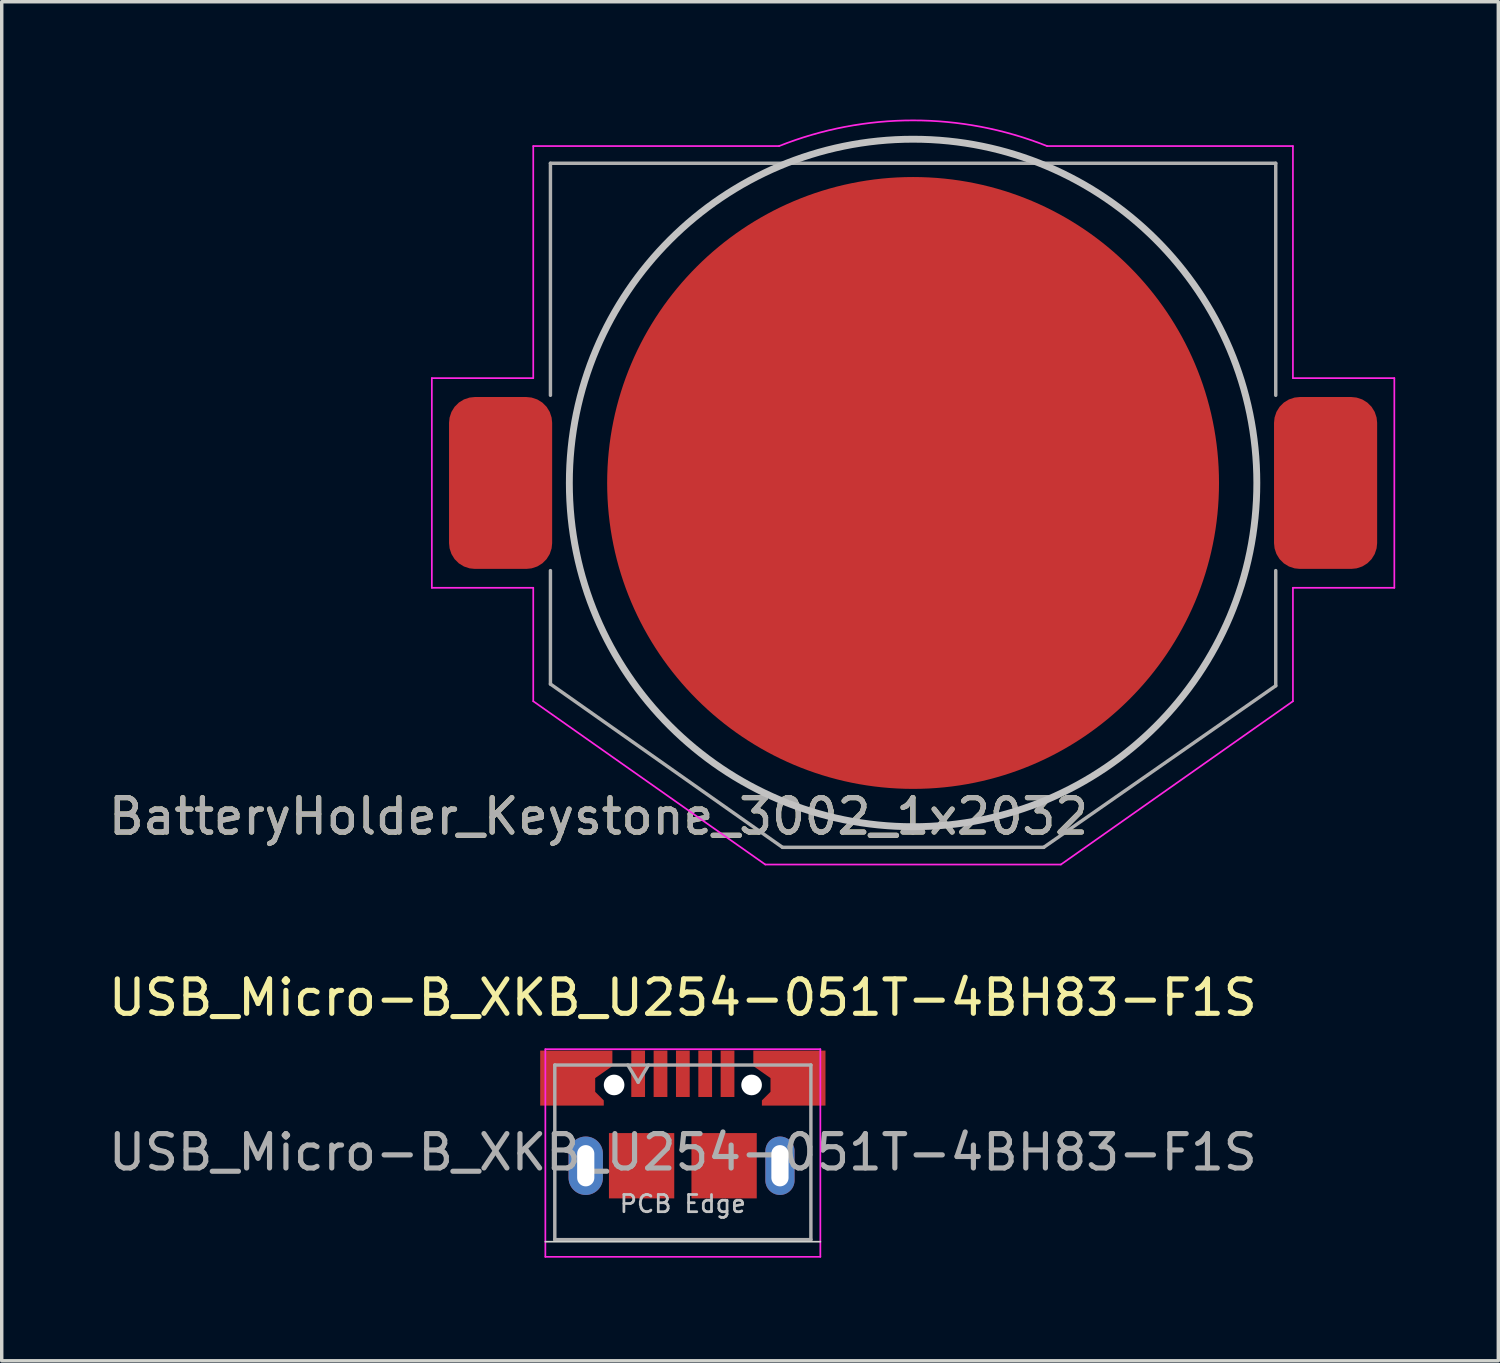
<source format=kicad_pcb>
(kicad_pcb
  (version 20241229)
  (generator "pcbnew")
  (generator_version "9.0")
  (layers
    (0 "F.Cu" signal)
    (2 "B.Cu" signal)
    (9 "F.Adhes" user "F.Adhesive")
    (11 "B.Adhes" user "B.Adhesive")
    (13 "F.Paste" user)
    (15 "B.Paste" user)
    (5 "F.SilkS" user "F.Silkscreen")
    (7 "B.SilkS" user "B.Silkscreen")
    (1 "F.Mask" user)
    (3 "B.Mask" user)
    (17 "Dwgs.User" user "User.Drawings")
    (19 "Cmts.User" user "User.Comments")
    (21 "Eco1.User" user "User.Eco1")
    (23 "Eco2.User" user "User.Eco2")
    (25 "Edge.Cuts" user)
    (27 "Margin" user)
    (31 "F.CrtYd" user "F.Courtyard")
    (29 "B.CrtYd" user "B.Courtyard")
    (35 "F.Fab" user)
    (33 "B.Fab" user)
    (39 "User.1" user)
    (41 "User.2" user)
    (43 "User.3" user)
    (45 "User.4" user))
  (footprint "BatteryHolder_Keystone_3002_1x2032"
    (layer "F.Cu")
    (at 23.513 11)
    (property "Reference" "BatteryHolder_Keystone_3002_1x2032" (at -9.15 9.7 0) (layer "F.SilkS") (effects (font (size 1 1) (thickness 0.15))))
    (attr smd)
    (fp_poly (pts (xy -10 -11) (xy 10 -11) (xy 8.9 0) (xy -8.9 0)) (stroke (width 0) (type solid)) (fill yes) (layer "F.Mask"))
    (fp_circle (center 0 0) (end 10 0) (stroke (width 0.2) (type solid)) (fill no) (layer "Dwgs.User"))
    (fp_line (start -14 -3.05) (end -11.05 -3.05) (stroke (width 0.05) (type solid)) (layer "F.CrtYd"))
    (fp_line (start -14 3.05) (end -14 -3.05) (stroke (width 0.05) (type solid)) (layer "F.CrtYd"))
    (fp_line (start -11.05 -9.8) (end -3.9 -9.8) (stroke (width 0.05) (type solid)) (layer "F.CrtYd"))
    (fp_line (start -11.05 -3.05) (end -11.05 -9.8) (stroke (width 0.05) (type solid)) (layer "F.CrtYd"))
    (fp_line (start -11.05 3.05) (end -14 3.05) (stroke (width 0.05) (type solid)) (layer "F.CrtYd"))
    (fp_line (start -11.05 6.35) (end -11.05 3.05) (stroke (width 0.05) (type solid)) (layer "F.CrtYd"))
    (fp_line (start -4.3 11.1) (end -11.05 6.35) (stroke (width 0.05) (type solid)) (layer "F.CrtYd"))
    (fp_line (start 4.3 11.1) (end -4.3 11.1) (stroke (width 0.05) (type solid)) (layer "F.CrtYd"))
    (fp_line (start 11.05 -9.8) (end 3.9 -9.8) (stroke (width 0.05) (type solid)) (layer "F.CrtYd"))
    (fp_line (start 11.05 -9.8) (end 11.05 -3.05) (stroke (width 0.05) (type solid)) (layer "F.CrtYd"))
    (fp_line (start 11.05 -3.05) (end 14 -3.05) (stroke (width 0.05) (type solid)) (layer "F.CrtYd"))
    (fp_line (start 11.05 3.05) (end 11.05 6.35) (stroke (width 0.05) (type solid)) (layer "F.CrtYd"))
    (fp_line (start 11.05 6.35) (end 4.3 11.1) (stroke (width 0.05) (type solid)) (layer "F.CrtYd"))
    (fp_line (start 14 -3.05) (end 14 3.05) (stroke (width 0.05) (type solid)) (layer "F.CrtYd"))
    (fp_line (start 14 3.05) (end 11.05 3.05) (stroke (width 0.05) (type solid)) (layer "F.CrtYd"))
    (fp_arc (start -3.9 -9.8) (mid 0 -10.547512) (end 3.9 -9.8) (stroke (width 0.05) (type solid)) (layer "F.CrtYd"))
    (fp_line (start -10.55 -2.55) (end -10.55 -9.3) (stroke (width 0.1) (type solid)) (layer "F.Fab"))
    (fp_line (start -10.55 2.55) (end -10.55 5.85) (stroke (width 0.1) (type solid)) (layer "F.Fab"))
    (fp_line (start -10.55 5.85) (end -3.8 10.6) (stroke (width 0.1) (type solid)) (layer "F.Fab"))
    (fp_line (start -3.8 10.6) (end 3.8 10.6) (stroke (width 0.1) (type solid)) (layer "F.Fab"))
    (fp_line (start 10.55 -9.3) (end -10.55 -9.3) (stroke (width 0.1) (type solid)) (layer "F.Fab"))
    (fp_line (start 10.55 -2.55) (end 10.55 -9.3) (stroke (width 0.1) (type solid)) (layer "F.Fab"))
    (fp_line (start 10.55 2.55) (end 10.55 5.9) (stroke (width 0.1) (type solid)) (layer "F.Fab"))
    (fp_line (start 10.55 5.9) (end 3.8 10.6) (stroke (width 0.1) (type solid)) (layer "F.Fab"))
    (fp_text user "${REFERENCE}" (at -9.15 9.7 0) (layer "F.Fab") (effects (font (size 1 1) (thickness 0.15))))
    (pad "1" smd roundrect (at -12 0) (size 3 5) (layers "F.Cu" "F.Mask" "F.Paste") (roundrect_rratio 0.25))
    (pad "1" smd roundrect (at 12 0) (size 3 5) (layers "F.Cu" "F.Mask" "F.Paste") (roundrect_rratio 0.25))
    (pad "2" smd circle (at 0 0) (size 17.8 17.8) (layers "F.Cu" "F.Mask"))
    (zone (net_name "") (layer "F.Cu") (hatch edge 0.5) (connect_pads) (min_thickness 0.25) (filled_areas_thickness no) (keepout (tracks not_allowed) (vias not_allowed) (pads allowed) (copperpour not_allowed) (footprints not_allowed)) (placement (enabled no)) (fill) (polygon (pts (xy 14.613 11) (xy 13.513 0) (xy 33.513 0) (xy 32.413 11)))))
  (footprint "USB_Micro-B_XKB_U254-051T-4BH83-F1S"
    (layer "F.Cu")
    (at 16.815 30.473)
    (property "Reference" "USB_Micro-B_XKB_U254-051T-4BH83-F1S" (at 0 -4.5 0) (layer "F.SilkS") (effects (font (size 1 1) (thickness 0.15))))
    (attr smd)
    (fp_line (start -4 2.6) (end 4 2.6) (stroke (width 0.05) (type solid)) (layer "Edge.Cuts"))
    (fp_line (start -4 -3) (end 4 -3) (stroke (width 0.05) (type solid)) (layer "F.CrtYd"))
    (fp_line (start -4 3.04) (end -4 -3) (stroke (width 0.05) (type solid)) (layer "F.CrtYd"))
    (fp_line (start -4 3.04) (end 4 3.04) (stroke (width 0.05) (type solid)) (layer "F.CrtYd"))
    (fp_line (start 4 3.04) (end 4 -3) (stroke (width 0.05) (type solid)) (layer "F.CrtYd"))
    (fp_line (start -3.725 -2.54) (end 3.725 -2.54) (stroke (width 0.1) (type solid)) (layer "F.Fab"))
    (fp_line (start -3.725 2.54) (end -3.725 -2.54) (stroke (width 0.1) (type solid)) (layer "F.Fab"))
    (fp_line (start -3.725 2.54) (end 3.725 2.54) (stroke (width 0.1) (type solid)) (layer "F.Fab"))
    (fp_line (start -1.6 -2.54) (end -1.3 -2.04) (stroke (width 0.1) (type solid)) (layer "F.Fab"))
    (fp_line (start -1.3 -2.04) (end -1 -2.54) (stroke (width 0.1) (type solid)) (layer "F.Fab"))
    (fp_line (start 3.725 2.54) (end 3.725 -2.54) (stroke (width 0.1) (type solid)) (layer "F.Fab"))
    (fp_text user "PCB Edge" (at 0 1.5 0) (layer "Dwgs.User") (effects (font (size 0.5 0.5) (thickness 0.08))))
    (fp_text user "${REFERENCE}" (at 0 0 0) (unlocked yes) (layer "F.Fab") (effects (font (size 1 1) (thickness 0.15))))
    (pad "" np_thru_hole circle (at -2 -1.96) (size 0.6 0.6) (drill 0.6) (layers "*.Cu" "*.Mask"))
    (pad "" np_thru_hole circle (at 2 -1.96) (size 0.6 0.6) (drill 0.6) (layers "*.Cu" "*.Mask"))
    (pad "1" smd rect (at -1.3 -2.285) (size 0.4 1.35) (layers "F.Cu" "F.Mask" "F.Paste"))
    (pad "2" smd rect (at -0.65 -2.285) (size 0.4 1.35) (layers "F.Cu" "F.Mask" "F.Paste"))
    (pad "3" smd rect (at 0 -2.285) (size 0.4 1.35) (layers "F.Cu" "F.Mask" "F.Paste"))
    (pad "4" smd rect (at 0.65 -2.285) (size 0.4 1.35) (layers "F.Cu" "F.Mask" "F.Paste"))
    (pad "5" smd rect (at 1.3 -2.285) (size 0.4 1.35) (layers "F.Cu" "F.Mask" "F.Paste"))
    (pad "6" smd custom (at -3.1 -2.16) (size 1 1.1) (layers "F.Cu" "F.Mask" "F.Paste") (options (anchor rect)) (primitives (gr_poly (pts (xy 0.8 0.8) (xy -1.05 0.8) (xy -1.05 -0.8) (xy 1.05 -0.8) (xy 1.05 -0.35) (xy 0.55 0) (xy 0.55 0.4) (xy 0.8 0.65)) (width 0) (fill yes))))
    (pad "6" thru_hole oval (at -2.825 0.39) (size 1 1.7) (drill oval 0.5 1.2) (layers "*.Cu" "*.Mask"))
    (pad "6" smd rect (at -1.2 0.39) (size 1.9 1.9) (layers "F.Cu" "F.Mask" "F.Paste"))
    (pad "6" smd rect (at 1.2 0.39) (size 1.9 1.9) (layers "F.Cu" "F.Mask" "F.Paste"))
    (pad "6" thru_hole oval (at 2.825 0.39) (size 0.85 1.7) (drill oval 0.5 1.2) (layers "*.Cu" "*.Mask"))
    (pad "6" smd custom (at 3.1 -2.16) (size 1 1.1) (layers "F.Cu" "F.Mask" "F.Paste") (options (anchor rect)) (primitives (gr_poly (pts (xy -0.8 0.8) (xy 1.05 0.8) (xy 1.05 -0.8) (xy -1.05 -0.8) (xy -1.05 -0.35) (xy -0.55 0) (xy -0.55 0.4) (xy -0.8 0.65)) (width 0) (fill yes)))))
  (gr_rect
    (start -3 -3)
    (end 40.538 36.538)
    (stroke (width 0.1) (type default))
    (fill no)
    (layer "Edge.Cuts")))
</source>
